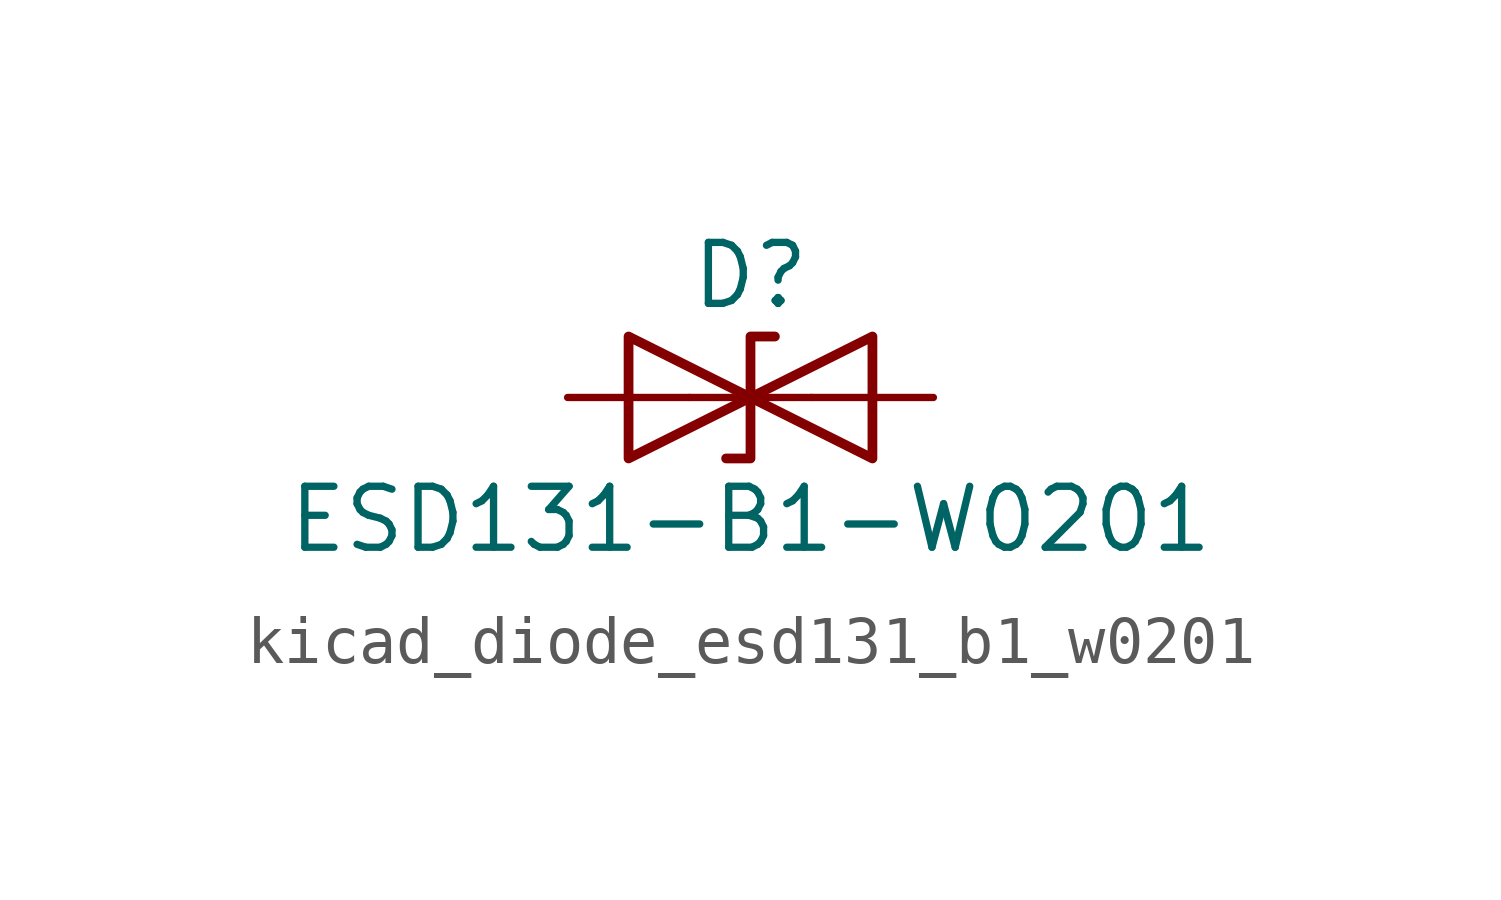
<source format=kicad_sym>
(kicad_symbol_lib
  (version 20220914)
  (generator kicad_symbol_editor)
  (symbol "kicad_diode_esd131_b1_w0201"
    (pin_numbers hide)
    (pin_names
      (offset 1.016) hide)
    (property "Reference" "D"
      (at 0 2.54 0)
      (effects (font (size 1.27 1.27))))
    (property "Value" "ESD131-B1-W0201"
      (at 0 -2.54 0)
      (effects (font (size 1.27 1.27))))
    (symbol "kicad_diode_esd131_b1_w0201_0_1"
      (polyline (pts (xy 1.27 0) (xy -1.27 0)) (stroke (width 0) (type default)) (fill (type none)))
      (polyline (pts (xy -2.54 -1.27) (xy 0 0) (xy -2.54 1.27) (xy -2.54 -1.27)) (stroke (width 0.203) (type default)) (fill (type none)))
      (polyline (pts (xy 0.508 1.27) (xy 0 1.27) (xy 0 -1.27) (xy -0.508 -1.27)) (stroke (width 0.203) (type default)) (fill (type none)))
      (polyline (pts (xy 2.54 1.27) (xy 2.54 -1.27) (xy 0 0) (xy 2.54 1.27)) (stroke (width 0.203) (type default)) (fill (type none))))
    (symbol "kicad_diode_esd131_b1_w0201_1_1"
      (pin passive line (at -3.81 0 0) (length 2.54) (name "A1" (effects (font (size 1.27 1.27)))) (number "1" (effects (font (size 1.27 1.27)))))
      (pin passive line (at 3.81 0 180) (length 2.54) (name "A2" (effects (font (size 1.27 1.27)))) (number "2" (effects (font (size 1.27 1.27))))))))
</source>
